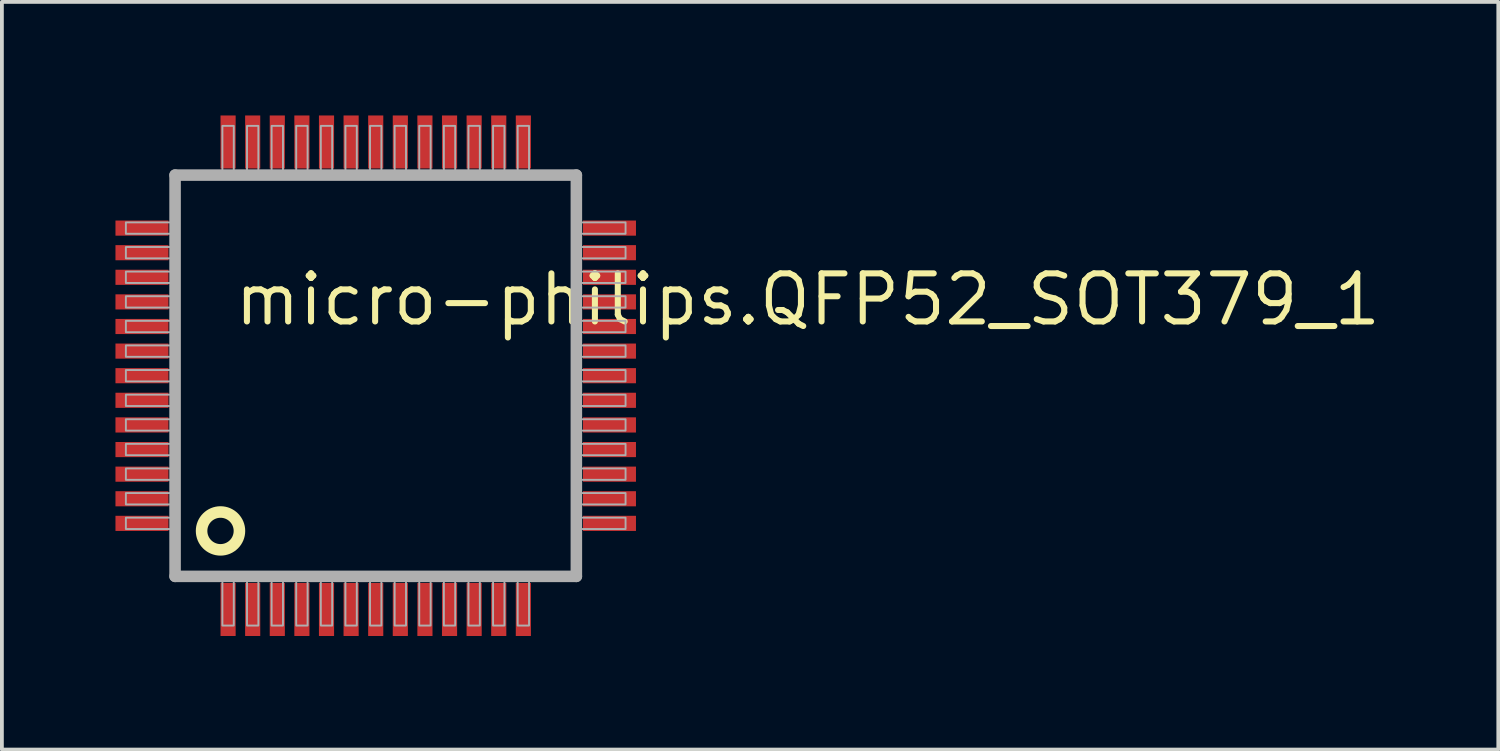
<source format=kicad_pcb>
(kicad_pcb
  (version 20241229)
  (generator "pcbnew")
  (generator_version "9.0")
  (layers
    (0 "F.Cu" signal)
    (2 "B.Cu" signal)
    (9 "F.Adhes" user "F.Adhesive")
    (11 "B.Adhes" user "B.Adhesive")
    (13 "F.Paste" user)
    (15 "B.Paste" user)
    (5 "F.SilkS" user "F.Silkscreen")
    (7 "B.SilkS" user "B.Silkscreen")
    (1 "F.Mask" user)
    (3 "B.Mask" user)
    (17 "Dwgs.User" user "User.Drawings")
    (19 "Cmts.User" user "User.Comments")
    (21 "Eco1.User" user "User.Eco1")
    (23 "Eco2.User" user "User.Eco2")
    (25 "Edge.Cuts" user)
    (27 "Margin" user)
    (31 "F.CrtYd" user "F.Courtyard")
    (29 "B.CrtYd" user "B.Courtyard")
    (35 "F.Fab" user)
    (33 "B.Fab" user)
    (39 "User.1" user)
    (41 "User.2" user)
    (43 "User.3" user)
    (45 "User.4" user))
  (footprint "micro-philips.QFP52_SOT379_1"
    (layer "F.Cu")
    (at 6.875 6.875)
    (property "Reference" "micro-philips.QFP52_SOT379_1" (at -3.81 -1.27 0) (layer "F.SilkS") (effects (font (size 1.27 1.27) (thickness 0.16)) (justify left bottom)))
    (attr smd)
    (fp_circle (center -4.1 4.1) (end -3.6 4.1) (stroke (width 0.305) (type default)) (fill no) (layer "F.SilkS"))
    (fp_line (start -5.3 -5.3) (end 5.3 -5.3) (stroke (width 0.305) (type default)) (layer "F.Fab"))
    (fp_line (start -5.3 5.3) (end -5.3 -5.3) (stroke (width 0.305) (type default)) (layer "F.Fab"))
    (fp_line (start 5.3 -5.3) (end 5.3 5.3) (stroke (width 0.305) (type default)) (layer "F.Fab"))
    (fp_line (start 5.3 5.3) (end -5.3 5.3) (stroke (width 0.305) (type default)) (layer "F.Fab"))
    (fp_rect (start -6.6 -3.75) (end -5.4 -4.05) (stroke (width 0.05) (type default)) (fill no) (layer "F.Fab"))
    (fp_rect (start -6.6 -3.1) (end -5.4 -3.4) (stroke (width 0.05) (type default)) (fill no) (layer "F.Fab"))
    (fp_rect (start -6.6 -2.45) (end -5.4 -2.75) (stroke (width 0.05) (type default)) (fill no) (layer "F.Fab"))
    (fp_rect (start -6.6 -1.8) (end -5.4 -2.1) (stroke (width 0.05) (type default)) (fill no) (layer "F.Fab"))
    (fp_rect (start -6.6 -1.15) (end -5.4 -1.45) (stroke (width 0.05) (type default)) (fill no) (layer "F.Fab"))
    (fp_rect (start -6.6 -0.5) (end -5.4 -0.8) (stroke (width 0.05) (type default)) (fill no) (layer "F.Fab"))
    (fp_rect (start -6.6 0.15) (end -5.4 -0.15) (stroke (width 0.05) (type default)) (fill no) (layer "F.Fab"))
    (fp_rect (start -6.6 0.8) (end -5.4 0.5) (stroke (width 0.05) (type default)) (fill no) (layer "F.Fab"))
    (fp_rect (start -6.6 1.45) (end -5.4 1.15) (stroke (width 0.05) (type default)) (fill no) (layer "F.Fab"))
    (fp_rect (start -6.6 2.1) (end -5.4 1.8) (stroke (width 0.05) (type default)) (fill no) (layer "F.Fab"))
    (fp_rect (start -6.6 2.75) (end -5.4 2.45) (stroke (width 0.05) (type default)) (fill no) (layer "F.Fab"))
    (fp_rect (start -6.6 3.4) (end -5.4 3.1) (stroke (width 0.05) (type default)) (fill no) (layer "F.Fab"))
    (fp_rect (start -6.6 4.05) (end -5.4 3.75) (stroke (width 0.05) (type default)) (fill no) (layer "F.Fab"))
    (fp_rect (start -4.05 -5.4) (end -3.75 -6.6) (stroke (width 0.05) (type default)) (fill no) (layer "F.Fab"))
    (fp_rect (start -4.05 6.6) (end -3.75 5.4) (stroke (width 0.05) (type default)) (fill no) (layer "F.Fab"))
    (fp_rect (start -3.4 -5.4) (end -3.1 -6.6) (stroke (width 0.05) (type default)) (fill no) (layer "F.Fab"))
    (fp_rect (start -3.4 6.6) (end -3.1 5.4) (stroke (width 0.05) (type default)) (fill no) (layer "F.Fab"))
    (fp_rect (start -2.75 -5.4) (end -2.45 -6.6) (stroke (width 0.05) (type default)) (fill no) (layer "F.Fab"))
    (fp_rect (start -2.75 6.6) (end -2.45 5.4) (stroke (width 0.05) (type default)) (fill no) (layer "F.Fab"))
    (fp_rect (start -2.1 -5.4) (end -1.8 -6.6) (stroke (width 0.05) (type default)) (fill no) (layer "F.Fab"))
    (fp_rect (start -2.1 6.6) (end -1.8 5.4) (stroke (width 0.05) (type default)) (fill no) (layer "F.Fab"))
    (fp_rect (start -1.45 -5.4) (end -1.15 -6.6) (stroke (width 0.05) (type default)) (fill no) (layer "F.Fab"))
    (fp_rect (start -1.45 6.6) (end -1.15 5.4) (stroke (width 0.05) (type default)) (fill no) (layer "F.Fab"))
    (fp_rect (start -0.8 -5.4) (end -0.5 -6.6) (stroke (width 0.05) (type default)) (fill no) (layer "F.Fab"))
    (fp_rect (start -0.8 6.6) (end -0.5 5.4) (stroke (width 0.05) (type default)) (fill no) (layer "F.Fab"))
    (fp_rect (start -0.15 -5.4) (end 0.15 -6.6) (stroke (width 0.05) (type default)) (fill no) (layer "F.Fab"))
    (fp_rect (start -0.15 6.6) (end 0.15 5.4) (stroke (width 0.05) (type default)) (fill no) (layer "F.Fab"))
    (fp_rect (start 0.5 -5.4) (end 0.8 -6.6) (stroke (width 0.05) (type default)) (fill no) (layer "F.Fab"))
    (fp_rect (start 0.5 6.6) (end 0.8 5.4) (stroke (width 0.05) (type default)) (fill no) (layer "F.Fab"))
    (fp_rect (start 1.15 -5.4) (end 1.45 -6.6) (stroke (width 0.05) (type default)) (fill no) (layer "F.Fab"))
    (fp_rect (start 1.15 6.6) (end 1.45 5.4) (stroke (width 0.05) (type default)) (fill no) (layer "F.Fab"))
    (fp_rect (start 1.8 -5.4) (end 2.1 -6.6) (stroke (width 0.05) (type default)) (fill no) (layer "F.Fab"))
    (fp_rect (start 1.8 6.6) (end 2.1 5.4) (stroke (width 0.05) (type default)) (fill no) (layer "F.Fab"))
    (fp_rect (start 2.45 -5.4) (end 2.75 -6.6) (stroke (width 0.05) (type default)) (fill no) (layer "F.Fab"))
    (fp_rect (start 2.45 6.6) (end 2.75 5.4) (stroke (width 0.05) (type default)) (fill no) (layer "F.Fab"))
    (fp_rect (start 3.1 -5.4) (end 3.4 -6.6) (stroke (width 0.05) (type default)) (fill no) (layer "F.Fab"))
    (fp_rect (start 3.1 6.6) (end 3.4 5.4) (stroke (width 0.05) (type default)) (fill no) (layer "F.Fab"))
    (fp_rect (start 3.75 -5.4) (end 4.05 -6.6) (stroke (width 0.05) (type default)) (fill no) (layer "F.Fab"))
    (fp_rect (start 3.75 6.6) (end 4.05 5.4) (stroke (width 0.05) (type default)) (fill no) (layer "F.Fab"))
    (fp_rect (start 5.4 -3.75) (end 6.6 -4.05) (stroke (width 0.05) (type default)) (fill no) (layer "F.Fab"))
    (fp_rect (start 5.4 -3.1) (end 6.6 -3.4) (stroke (width 0.05) (type default)) (fill no) (layer "F.Fab"))
    (fp_rect (start 5.4 -2.45) (end 6.6 -2.75) (stroke (width 0.05) (type default)) (fill no) (layer "F.Fab"))
    (fp_rect (start 5.4 -1.8) (end 6.6 -2.1) (stroke (width 0.05) (type default)) (fill no) (layer "F.Fab"))
    (fp_rect (start 5.4 -1.15) (end 6.6 -1.45) (stroke (width 0.05) (type default)) (fill no) (layer "F.Fab"))
    (fp_rect (start 5.4 -0.5) (end 6.6 -0.8) (stroke (width 0.05) (type default)) (fill no) (layer "F.Fab"))
    (fp_rect (start 5.4 0.15) (end 6.6 -0.15) (stroke (width 0.05) (type default)) (fill no) (layer "F.Fab"))
    (fp_rect (start 5.4 0.8) (end 6.6 0.5) (stroke (width 0.05) (type default)) (fill no) (layer "F.Fab"))
    (fp_rect (start 5.4 1.45) (end 6.6 1.15) (stroke (width 0.05) (type default)) (fill no) (layer "F.Fab"))
    (fp_rect (start 5.4 2.1) (end 6.6 1.8) (stroke (width 0.05) (type default)) (fill no) (layer "F.Fab"))
    (fp_rect (start 5.4 2.75) (end 6.6 2.45) (stroke (width 0.05) (type default)) (fill no) (layer "F.Fab"))
    (fp_rect (start 5.4 3.4) (end 6.6 3.1) (stroke (width 0.05) (type default)) (fill no) (layer "F.Fab"))
    (fp_rect (start 5.4 4.05) (end 6.6 3.75) (stroke (width 0.05) (type default)) (fill no) (layer "F.Fab"))
    (pad "1" smd roundrect (at -3.9 6.175) (size 0.4 1.4) (layers "F.Cu" "F.Mask" "F.Paste") (roundrect_rratio 0.01))
    (pad "2" smd roundrect (at -3.25 6.175) (size 0.4 1.4) (layers "F.Cu" "F.Mask" "F.Paste") (roundrect_rratio 0.01))
    (pad "3" smd roundrect (at -2.6 6.175) (size 0.4 1.4) (layers "F.Cu" "F.Mask" "F.Paste") (roundrect_rratio 0.01))
    (pad "4" smd roundrect (at -1.95 6.175) (size 0.4 1.4) (layers "F.Cu" "F.Mask" "F.Paste") (roundrect_rratio 0.01))
    (pad "5" smd roundrect (at -1.3 6.175) (size 0.4 1.4) (layers "F.Cu" "F.Mask" "F.Paste") (roundrect_rratio 0.01))
    (pad "6" smd roundrect (at -0.65 6.175) (size 0.4 1.4) (layers "F.Cu" "F.Mask" "F.Paste") (roundrect_rratio 0.01))
    (pad "7" smd roundrect (at 0 6.175) (size 0.4 1.4) (layers "F.Cu" "F.Mask" "F.Paste") (roundrect_rratio 0.01))
    (pad "8" smd roundrect (at 0.65 6.175) (size 0.4 1.4) (layers "F.Cu" "F.Mask" "F.Paste") (roundrect_rratio 0.01))
    (pad "9" smd roundrect (at 1.3 6.175) (size 0.4 1.4) (layers "F.Cu" "F.Mask" "F.Paste") (roundrect_rratio 0.01))
    (pad "10" smd roundrect (at 1.95 6.175) (size 0.4 1.4) (layers "F.Cu" "F.Mask" "F.Paste") (roundrect_rratio 0.01))
    (pad "11" smd roundrect (at 2.6 6.175) (size 0.4 1.4) (layers "F.Cu" "F.Mask" "F.Paste") (roundrect_rratio 0.01))
    (pad "12" smd roundrect (at 3.25 6.175) (size 0.4 1.4) (layers "F.Cu" "F.Mask" "F.Paste") (roundrect_rratio 0.01))
    (pad "13" smd roundrect (at 3.9 6.175) (size 0.4 1.4) (layers "F.Cu" "F.Mask" "F.Paste") (roundrect_rratio 0.01))
    (pad "14" smd roundrect (at 6.175 3.9) (size 1.4 0.4) (layers "F.Cu" "F.Mask" "F.Paste") (roundrect_rratio 0.01))
    (pad "15" smd roundrect (at 6.175 3.25) (size 1.4 0.4) (layers "F.Cu" "F.Mask" "F.Paste") (roundrect_rratio 0.01))
    (pad "16" smd roundrect (at 6.175 2.6) (size 1.4 0.4) (layers "F.Cu" "F.Mask" "F.Paste") (roundrect_rratio 0.01))
    (pad "17" smd roundrect (at 6.175 1.95) (size 1.4 0.4) (layers "F.Cu" "F.Mask" "F.Paste") (roundrect_rratio 0.01))
    (pad "18" smd roundrect (at 6.175 1.3) (size 1.4 0.4) (layers "F.Cu" "F.Mask" "F.Paste") (roundrect_rratio 0.01))
    (pad "19" smd roundrect (at 6.175 0.65) (size 1.4 0.4) (layers "F.Cu" "F.Mask" "F.Paste") (roundrect_rratio 0.01))
    (pad "20" smd roundrect (at 6.175 0) (size 1.4 0.4) (layers "F.Cu" "F.Mask" "F.Paste") (roundrect_rratio 0.01))
    (pad "21" smd roundrect (at 6.175 -0.65) (size 1.4 0.4) (layers "F.Cu" "F.Mask" "F.Paste") (roundrect_rratio 0.01))
    (pad "22" smd roundrect (at 6.175 -1.3) (size 1.4 0.4) (layers "F.Cu" "F.Mask" "F.Paste") (roundrect_rratio 0.01))
    (pad "23" smd roundrect (at 6.175 -1.95) (size 1.4 0.4) (layers "F.Cu" "F.Mask" "F.Paste") (roundrect_rratio 0.01))
    (pad "24" smd roundrect (at 6.175 -2.6) (size 1.4 0.4) (layers "F.Cu" "F.Mask" "F.Paste") (roundrect_rratio 0.01))
    (pad "25" smd roundrect (at 6.175 -3.25) (size 1.4 0.4) (layers "F.Cu" "F.Mask" "F.Paste") (roundrect_rratio 0.01))
    (pad "26" smd roundrect (at 6.175 -3.9) (size 1.4 0.4) (layers "F.Cu" "F.Mask" "F.Paste") (roundrect_rratio 0.01))
    (pad "27" smd roundrect (at 3.9 -6.175) (size 0.4 1.4) (layers "F.Cu" "F.Mask" "F.Paste") (roundrect_rratio 0.01))
    (pad "28" smd roundrect (at 3.25 -6.175) (size 0.4 1.4) (layers "F.Cu" "F.Mask" "F.Paste") (roundrect_rratio 0.01))
    (pad "29" smd roundrect (at 2.6 -6.175) (size 0.4 1.4) (layers "F.Cu" "F.Mask" "F.Paste") (roundrect_rratio 0.01))
    (pad "30" smd roundrect (at 1.95 -6.175) (size 0.4 1.4) (layers "F.Cu" "F.Mask" "F.Paste") (roundrect_rratio 0.01))
    (pad "31" smd roundrect (at 1.3 -6.175) (size 0.4 1.4) (layers "F.Cu" "F.Mask" "F.Paste") (roundrect_rratio 0.01))
    (pad "32" smd roundrect (at 0.65 -6.175) (size 0.4 1.4) (layers "F.Cu" "F.Mask" "F.Paste") (roundrect_rratio 0.01))
    (pad "33" smd roundrect (at 0 -6.175) (size 0.4 1.4) (layers "F.Cu" "F.Mask" "F.Paste") (roundrect_rratio 0.01))
    (pad "34" smd roundrect (at -0.65 -6.175) (size 0.4 1.4) (layers "F.Cu" "F.Mask" "F.Paste") (roundrect_rratio 0.01))
    (pad "35" smd roundrect (at -1.3 -6.175) (size 0.4 1.4) (layers "F.Cu" "F.Mask" "F.Paste") (roundrect_rratio 0.01))
    (pad "36" smd roundrect (at -1.95 -6.175) (size 0.4 1.4) (layers "F.Cu" "F.Mask" "F.Paste") (roundrect_rratio 0.01))
    (pad "37" smd roundrect (at -2.6 -6.175) (size 0.4 1.4) (layers "F.Cu" "F.Mask" "F.Paste") (roundrect_rratio 0.01))
    (pad "38" smd roundrect (at -3.25 -6.175) (size 0.4 1.4) (layers "F.Cu" "F.Mask" "F.Paste") (roundrect_rratio 0.01))
    (pad "39" smd roundrect (at -3.9 -6.175) (size 0.4 1.4) (layers "F.Cu" "F.Mask" "F.Paste") (roundrect_rratio 0.01))
    (pad "40" smd roundrect (at -6.175 -3.9) (size 1.4 0.4) (layers "F.Cu" "F.Mask" "F.Paste") (roundrect_rratio 0.01))
    (pad "41" smd roundrect (at -6.175 -3.25) (size 1.4 0.4) (layers "F.Cu" "F.Mask" "F.Paste") (roundrect_rratio 0.01))
    (pad "42" smd roundrect (at -6.175 -2.6) (size 1.4 0.4) (layers "F.Cu" "F.Mask" "F.Paste") (roundrect_rratio 0.01))
    (pad "43" smd roundrect (at -6.175 -1.95) (size 1.4 0.4) (layers "F.Cu" "F.Mask" "F.Paste") (roundrect_rratio 0.01))
    (pad "44" smd roundrect (at -6.175 -1.3) (size 1.4 0.4) (layers "F.Cu" "F.Mask" "F.Paste") (roundrect_rratio 0.01))
    (pad "45" smd roundrect (at -6.175 -0.65) (size 1.4 0.4) (layers "F.Cu" "F.Mask" "F.Paste") (roundrect_rratio 0.01))
    (pad "46" smd roundrect (at -6.175 0) (size 1.4 0.4) (layers "F.Cu" "F.Mask" "F.Paste") (roundrect_rratio 0.01))
    (pad "47" smd roundrect (at -6.175 0.65) (size 1.4 0.4) (layers "F.Cu" "F.Mask" "F.Paste") (roundrect_rratio 0.01))
    (pad "48" smd roundrect (at -6.175 1.3) (size 1.4 0.4) (layers "F.Cu" "F.Mask" "F.Paste") (roundrect_rratio 0.01))
    (pad "49" smd roundrect (at -6.175 1.95) (size 1.4 0.4) (layers "F.Cu" "F.Mask" "F.Paste") (roundrect_rratio 0.01))
    (pad "50" smd roundrect (at -6.175 2.6) (size 1.4 0.4) (layers "F.Cu" "F.Mask" "F.Paste") (roundrect_rratio 0.01))
    (pad "51" smd roundrect (at -6.175 3.25) (size 1.4 0.4) (layers "F.Cu" "F.Mask" "F.Paste") (roundrect_rratio 0.01))
    (pad "52" smd roundrect (at -6.175 3.9) (size 1.4 0.4) (layers "F.Cu" "F.Mask" "F.Paste") (roundrect_rratio 0.01)))
  (gr_rect
    (start -3 -3)
    (end 36.529 16.75)
    (stroke (width 0.1) (type default))
    (fill no)
    (layer "Edge.Cuts")))
</source>
